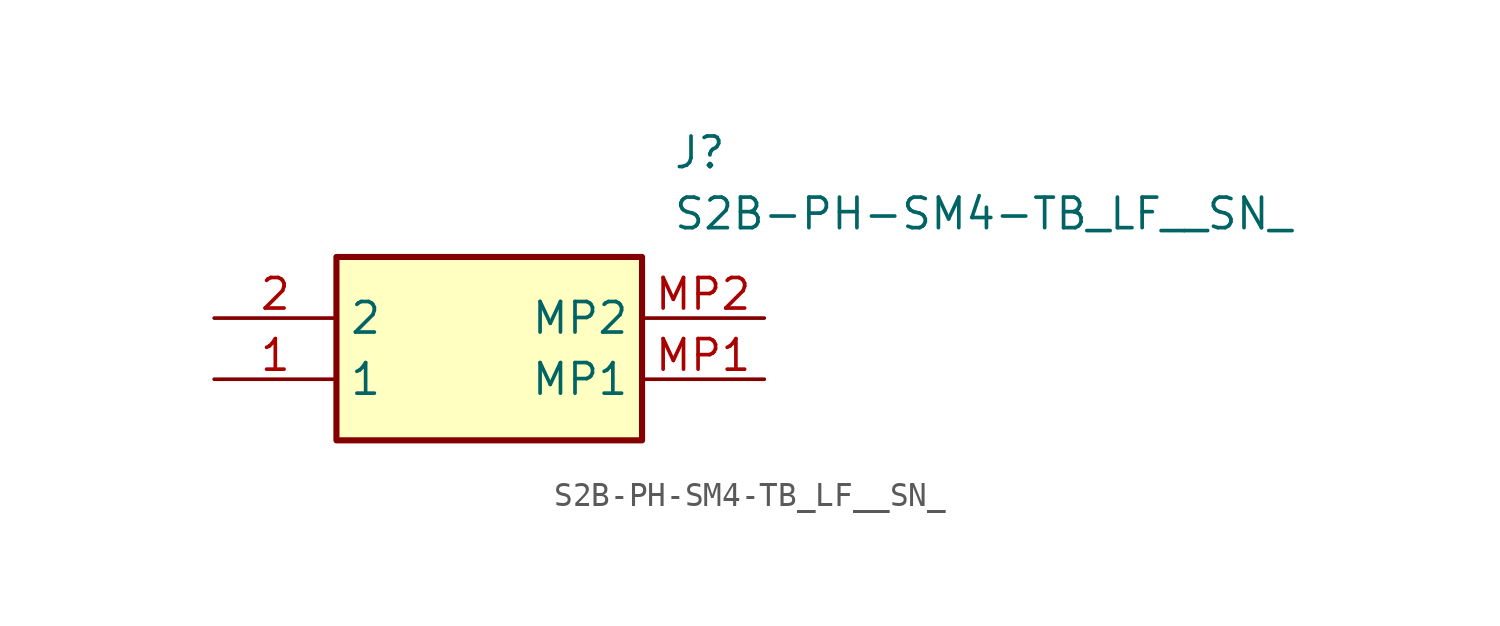
<source format=kicad_sym>
(kicad_symbol_lib
  (version 20211014)
  (generator SamacSys_ECAD_Model)
  (symbol "S2B-PH-SM4-TB_LF__SN_"
    (property "Reference" "J"
      (at 19.05 7.62 0)
      (effects (font (size 1.27 1.27)) (justify left top)))
    (property "Value" "S2B-PH-SM4-TB_LF__SN_"
      (at 19.05 5.08 0)
      (effects (font (size 1.27 1.27)) (justify left top)))
    (rectangle
      (start 5.08 2.54)
      (end 17.78 -5.08)
      (stroke (width 0.254) (type default))
      (fill (type background)))
    (pin passive line
      (at 0 -2.54 0)
      (length 5.08)
      (name "1" (effects (font (size 1.27 1.27))))
      (number "1" (effects (font (size 1.27 1.27)))))
    (pin passive line
      (at 0 0 0)
      (length 5.08)
      (name "2" (effects (font (size 1.27 1.27))))
      (number "2" (effects (font (size 1.27 1.27)))))
    (pin passive line
      (at 22.86 -2.54 180)
      (length 5.08)
      (name "MP1" (effects (font (size 1.27 1.27))))
      (number "MP1" (effects (font (size 1.27 1.27)))))
    (pin passive line
      (at 22.86 0 180)
      (length 5.08)
      (name "MP2" (effects (font (size 1.27 1.27))))
      (number "MP2" (effects (font (size 1.27 1.27)))))))
</source>
